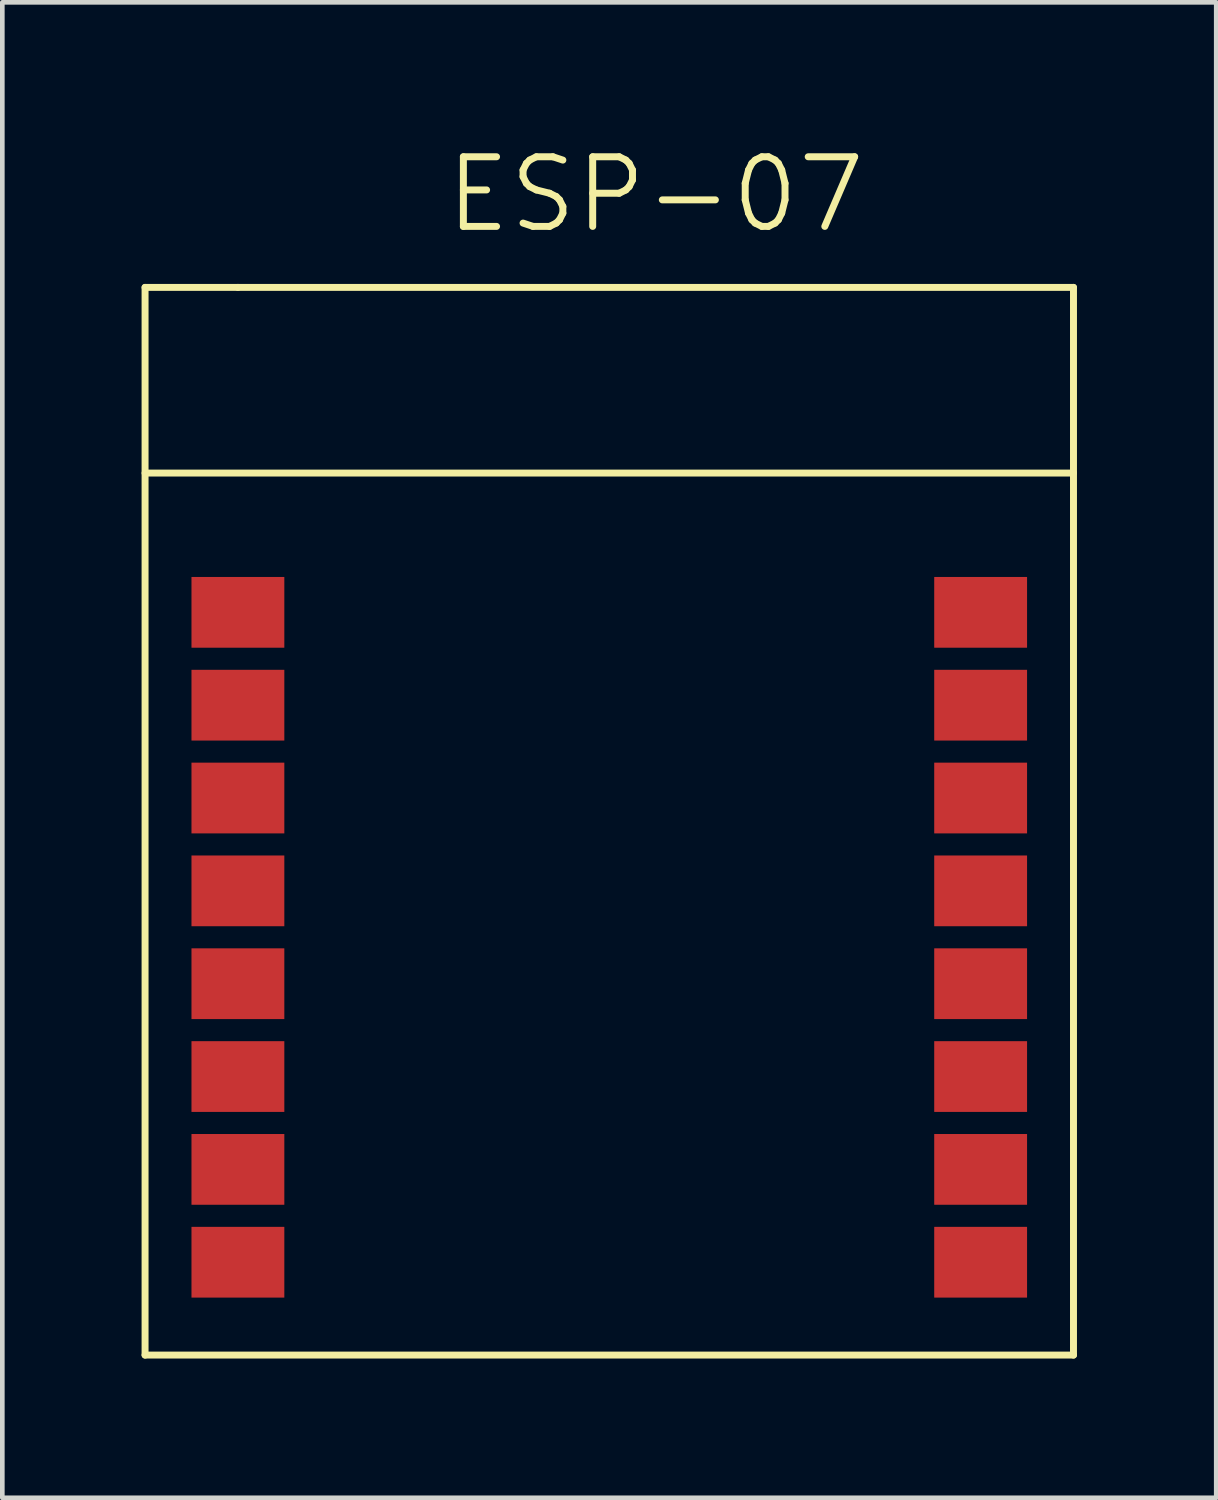
<source format=kicad_pcb>
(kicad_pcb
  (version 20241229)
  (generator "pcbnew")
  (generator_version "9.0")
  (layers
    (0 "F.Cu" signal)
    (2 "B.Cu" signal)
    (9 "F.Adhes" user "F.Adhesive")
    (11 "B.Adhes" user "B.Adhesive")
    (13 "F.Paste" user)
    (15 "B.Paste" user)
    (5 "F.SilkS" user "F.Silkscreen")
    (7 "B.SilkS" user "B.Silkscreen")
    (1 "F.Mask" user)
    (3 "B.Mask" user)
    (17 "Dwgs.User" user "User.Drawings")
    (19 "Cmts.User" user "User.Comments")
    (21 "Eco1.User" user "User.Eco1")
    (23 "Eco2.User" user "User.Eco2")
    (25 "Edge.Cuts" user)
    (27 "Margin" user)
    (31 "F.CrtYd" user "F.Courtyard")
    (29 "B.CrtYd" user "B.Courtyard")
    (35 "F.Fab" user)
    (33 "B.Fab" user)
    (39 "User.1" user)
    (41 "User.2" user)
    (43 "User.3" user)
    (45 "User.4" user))
  (footprint "ESP-07"
    (layer "F.Cu")
    (at 11.075 17.141)
    (property "Reference" "ESP-07" (at 0 -16 0) (layer "F.SilkS") (effects (font (size 1.5 1.5) (thickness 0.15))))
    (attr through_hole)
    (fp_line (start -11 -14) (end -11 9) (stroke (width 0.15) (type solid)) (layer "F.SilkS"))
    (fp_line (start -11 -10) (end 9 -10) (stroke (width 0.15) (type solid)) (layer "F.SilkS"))
    (fp_line (start -11 9) (end 9 9) (stroke (width 0.15) (type solid)) (layer "F.SilkS"))
    (fp_line (start -9 -14) (end -11 -14) (stroke (width 0.15) (type solid)) (layer "F.SilkS"))
    (fp_line (start 9 -14) (end -9 -14) (stroke (width 0.15) (type solid)) (layer "F.SilkS"))
    (fp_line (start 9 9) (end 9 -14) (stroke (width 0.15) (type solid)) (layer "F.SilkS"))
    (pad "1" smd rect (at -9 -7) (size 2 1.524) (layers "F.Cu" "F.Mask" "F.Paste"))
    (pad "2" smd rect (at -9 -5) (size 2 1.524) (layers "F.Cu" "F.Mask" "F.Paste"))
    (pad "3" smd rect (at -9 -3) (size 2 1.524) (layers "F.Cu" "F.Mask" "F.Paste"))
    (pad "4" smd rect (at -9 -1) (size 2 1.524) (layers "F.Cu" "F.Mask" "F.Paste"))
    (pad "5" smd rect (at -9 1) (size 2 1.524) (layers "F.Cu" "F.Mask" "F.Paste"))
    (pad "6" smd rect (at -9 3) (size 2 1.524) (layers "F.Cu" "F.Mask" "F.Paste"))
    (pad "7" smd rect (at -9 5) (size 2 1.524) (layers "F.Cu" "F.Mask" "F.Paste"))
    (pad "8" smd rect (at -9 7) (size 2 1.524) (layers "F.Cu" "F.Mask" "F.Paste"))
    (pad "9" smd rect (at 7 7) (size 2 1.524) (layers "F.Cu" "F.Mask" "F.Paste"))
    (pad "10" smd rect (at 7 5) (size 2 1.524) (layers "F.Cu" "F.Mask" "F.Paste"))
    (pad "11" smd rect (at 7 3) (size 2 1.524) (layers "F.Cu" "F.Mask" "F.Paste"))
    (pad "12" smd rect (at 7 1) (size 2 1.524) (layers "F.Cu" "F.Mask" "F.Paste"))
    (pad "13" smd rect (at 7 -1) (size 2 1.524) (layers "F.Cu" "F.Mask" "F.Paste"))
    (pad "14" smd rect (at 7 -3) (size 2 1.524) (layers "F.Cu" "F.Mask" "F.Paste"))
    (pad "15" smd rect (at 7 -5) (size 2 1.524) (layers "F.Cu" "F.Mask" "F.Paste"))
    (pad "16" smd rect (at 7 -7) (size 2 1.524) (layers "F.Cu" "F.Mask" "F.Paste")))
  (gr_rect
    (start -3 -3)
    (end 23.15 29.216)
    (stroke (width 0.1) (type default))
    (fill no)
    (layer "Edge.Cuts")))
</source>
